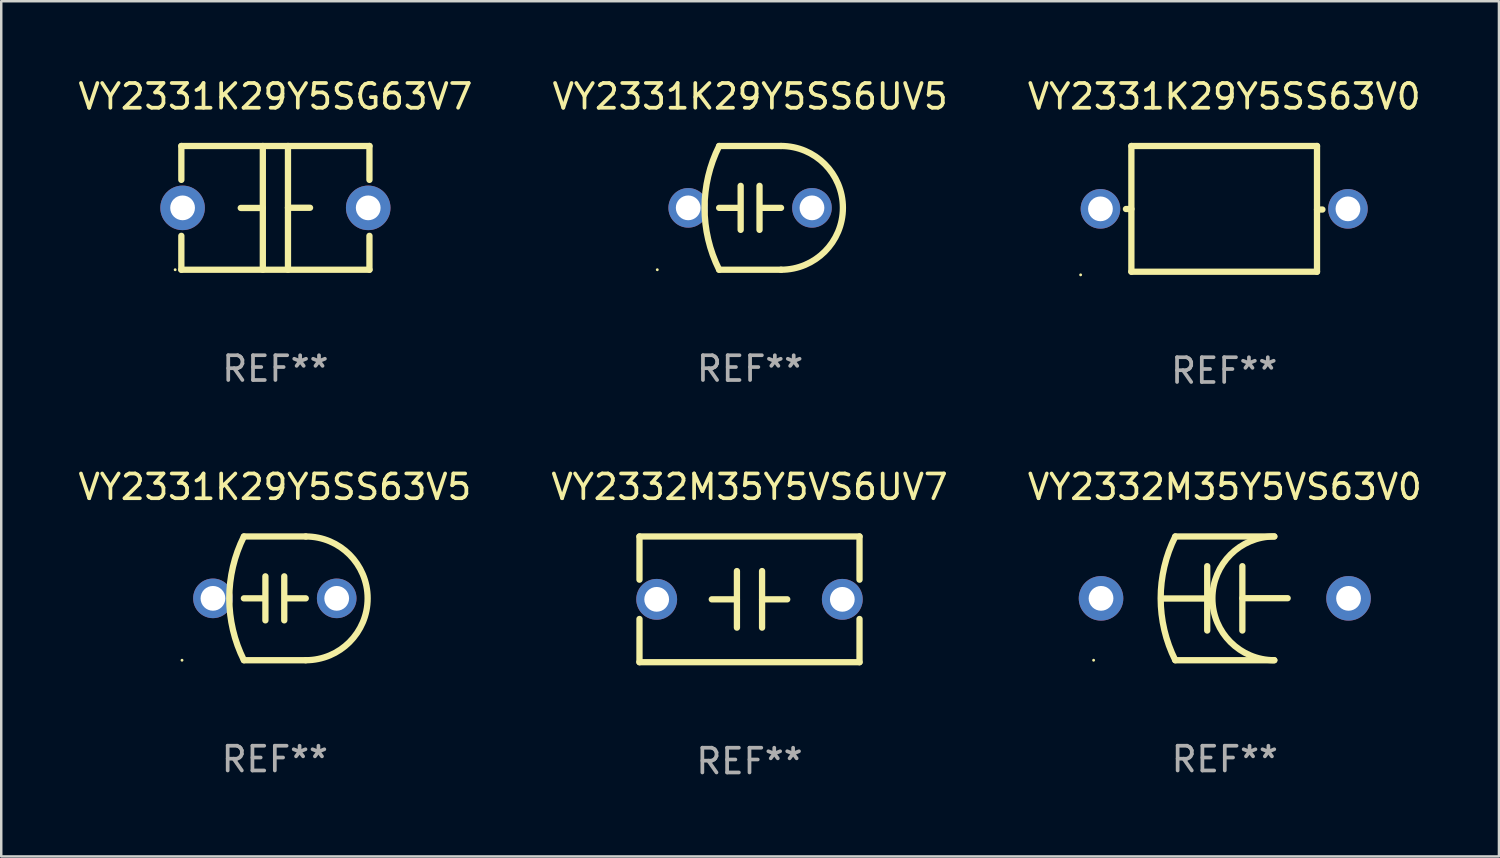
<source format=kicad_pcb>
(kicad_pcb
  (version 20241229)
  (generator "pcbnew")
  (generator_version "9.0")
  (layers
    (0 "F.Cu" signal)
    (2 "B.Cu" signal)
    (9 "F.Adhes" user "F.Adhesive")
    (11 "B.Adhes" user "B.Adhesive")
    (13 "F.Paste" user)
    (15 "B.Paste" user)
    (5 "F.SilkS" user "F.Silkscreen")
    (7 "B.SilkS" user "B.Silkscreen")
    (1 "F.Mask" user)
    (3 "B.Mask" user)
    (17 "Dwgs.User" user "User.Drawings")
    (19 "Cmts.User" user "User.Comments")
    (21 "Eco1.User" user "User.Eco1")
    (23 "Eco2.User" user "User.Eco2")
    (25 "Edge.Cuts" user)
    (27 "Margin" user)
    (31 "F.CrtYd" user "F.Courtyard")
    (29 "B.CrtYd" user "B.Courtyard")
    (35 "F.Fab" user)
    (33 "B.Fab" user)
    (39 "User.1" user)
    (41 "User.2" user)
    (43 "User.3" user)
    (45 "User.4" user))
  (footprint "VY2332M35Y5VS6UV7"
    (layer "F.Cu")
    (at 27.232 21.165)
    (property "Reference" "VY2332M35Y5VS6UV7" (at 0 -4.54 0) (layer "F.SilkS") (effects (font (size 1 1) (thickness 0.15))))
    (attr through_hole)
    (fp_line (start -4.445 -2.54) (end -4.445 -0.794) (stroke (width 0.254) (type solid)) (layer "F.SilkS"))
    (fp_line (start -4.445 0.794) (end -4.445 2.54) (stroke (width 0.254) (type solid)) (layer "F.SilkS"))
    (fp_line (start -4.445 2.54) (end 4.445 2.54) (stroke (width 0.254) (type solid)) (layer "F.SilkS"))
    (fp_line (start -0.508 0.000025) (end -1.524 0.000025) (stroke (width 0.254) (type solid)) (layer "F.SilkS"))
    (fp_line (start -0.508 1.143) (end -0.508 -1.143) (stroke (width 0.254) (type solid)) (layer "F.SilkS"))
    (fp_line (start 0.508 -1.143) (end 0.508 1.143) (stroke (width 0.254) (type solid)) (layer "F.SilkS"))
    (fp_line (start 0.508 -0.000025) (end 1.524 -0.000025) (stroke (width 0.254) (type solid)) (layer "F.SilkS"))
    (fp_line (start 4.445 -2.54) (end -4.445 -2.54) (stroke (width 0.254) (type solid)) (layer "F.SilkS"))
    (fp_line (start 4.445 -0.794) (end 4.445 -2.54) (stroke (width 0.254) (type solid)) (layer "F.SilkS"))
    (fp_line (start 4.445 2.54) (end 4.445 0.794) (stroke (width 0.254) (type solid)) (layer "F.SilkS"))
    (fp_circle (center -4.5 2.5) (end -4.47 2.5) (stroke (width 0.06) (type solid)) (fill no) (layer "F.SilkS"))
    (fp_text user "REF**" (at 0 6.54 0) (layer "F.Fab") (effects (font (size 1 1) (thickness 0.15))))
    (pad "1" thru_hole circle (at -3.75 0) (size 1.65 1.65) (drill 1) (layers "*.Cu" "*.Mask"))
    (pad "2" thru_hole circle (at 3.75 0) (size 1.65 1.65) (drill 1) (layers "*.Cu" "*.Mask")))
  (footprint "VY2331K29Y5SS63V0"
    (layer "F.Cu")
    (at 46.411 5.388)
    (property "Reference" "VY2331K29Y5SS63V0" (at 0 -4.54 0) (layer "F.SilkS") (effects (font (size 1 1) (thickness 0.15))))
    (attr through_hole)
    (fp_line (start -3.75 -2.54) (end 3.75 -2.54) (stroke (width 0.254) (type solid)) (layer "F.SilkS"))
    (fp_line (start -3.75 0.006) (end -3.969 0.006) (stroke (width 0.254) (type solid)) (layer "F.SilkS"))
    (fp_line (start -3.75 2.54) (end -3.75 -2.54) (stroke (width 0.254) (type solid)) (layer "F.SilkS"))
    (fp_line (start 3.75 -2.54) (end 3.75 2.54) (stroke (width 0.254) (type solid)) (layer "F.SilkS"))
    (fp_line (start 3.75 0.028) (end 3.969 0.028) (stroke (width 0.254) (type solid)) (layer "F.SilkS"))
    (fp_line (start 3.75 2.54) (end -3.75 2.54) (stroke (width 0.254) (type solid)) (layer "F.SilkS"))
    (fp_circle (center -5.8 2.667) (end -5.77 2.667) (stroke (width 0.06) (type solid)) (fill no) (layer "F.SilkS"))
    (fp_text user "REF**" (at 0 6.54 0) (layer "F.Fab") (effects (font (size 1 1) (thickness 0.15))))
    (pad "1" thru_hole circle (at -5 0) (size 1.6 1.6) (drill 1) (layers "*.Cu" "*.Mask"))
    (pad "2" thru_hole circle (at 5 0) (size 1.6 1.6) (drill 1) (layers "*.Cu" "*.Mask")))
  (footprint "VY2331K29Y5SG63V7"
    (layer "F.Cu")
    (at 8.077 5.348)
    (property "Reference" "VY2331K29Y5SG63V7" (at 0 -4.5 0) (layer "F.SilkS") (effects (font (size 1 1) (thickness 0.15))))
    (attr through_hole)
    (fp_line (start -3.8 -2.5) (end -3.8 -1.13) (stroke (width 0.254) (type solid)) (layer "F.SilkS"))
    (fp_line (start -3.8 -2.5) (end 3.8 -2.5) (stroke (width 0.254) (type solid)) (layer "F.SilkS"))
    (fp_line (start -3.8 1.13) (end -3.8 2.5) (stroke (width 0.254) (type solid)) (layer "F.SilkS"))
    (fp_line (start -3.8 2.5) (end 3.8 2.5) (stroke (width 0.254) (type solid)) (layer "F.SilkS"))
    (fp_line (start -0.508 0.004) (end -1.4 0.004) (stroke (width 0.254) (type solid)) (layer "F.SilkS"))
    (fp_line (start -0.508 2.5) (end -0.508 -2.5) (stroke (width 0.254) (type solid)) (layer "F.SilkS"))
    (fp_line (start 0.508 -2.5) (end 0.508 2.5) (stroke (width 0.254) (type solid)) (layer "F.SilkS"))
    (fp_line (start 0.508 -0.004) (end 1.4 -0.004) (stroke (width 0.254) (type solid)) (layer "F.SilkS"))
    (fp_line (start 3.8 -2.5) (end 3.8 -1.13) (stroke (width 0.254) (type solid)) (layer "F.SilkS"))
    (fp_line (start 3.8 1.13) (end 3.8 2.5) (stroke (width 0.254) (type solid)) (layer "F.SilkS"))
    (fp_circle (center -4.05 2.5) (end -4.02 2.5) (stroke (width 0.06) (type solid)) (fill no) (layer "F.SilkS"))
    (fp_text user "REF**" (at 0 6.5 0) (layer "F.Fab") (effects (font (size 1 1) (thickness 0.15))))
    (pad "1" thru_hole circle (at -3.75 0.000127) (size 1.8 1.8) (drill 1) (layers "*.Cu" "*.Mask"))
    (pad "2" thru_hole circle (at 3.75 0.000127) (size 1.8 1.8) (drill 1) (layers "*.Cu" "*.Mask")))
  (footprint "VY2332M35Y5VS63V0"
    (layer "F.Cu")
    (at 46.435 21.125)
    (property "Reference" "VY2332M35Y5VS63V0" (at 0 -4.5 0) (layer "F.SilkS") (effects (font (size 1 1) (thickness 0.15))))
    (attr through_hole)
    (fp_line (start -2 -2.5) (end 2 -2.5) (stroke (width 0.254) (type solid)) (layer "F.SilkS"))
    (fp_line (start -0.71 -1.3) (end -0.71 1.3) (stroke (width 0.254) (type solid)) (layer "F.SilkS"))
    (fp_line (start -0.71 0.006) (end -2.54 0.006) (stroke (width 0.254) (type solid)) (layer "F.SilkS"))
    (fp_line (start 0.71 -0.006) (end 2.54 -0.006) (stroke (width 0.254) (type solid)) (layer "F.SilkS"))
    (fp_line (start 0.71 1.3) (end 0.71 -1.3) (stroke (width 0.254) (type solid)) (layer "F.SilkS"))
    (fp_line (start 2 2.5) (end -2 2.5) (stroke (width 0.254) (type solid)) (layer "F.SilkS"))
    (fp_arc (start -2 2.500178) (mid -2.590216 0.000098) (end -2.000076 -2.5) (stroke (width 0.254001) (type solid)) (layer "F.SilkS"))
    (fp_arc (start 1.999924 2.5) (mid -0.500025 -0.000838) (end 2.000508 -2.501092) (stroke (width 0.254001) (type solid)) (layer "F.SilkS"))
    (fp_circle (center -5.3 2.5) (end -5.27 2.5) (stroke (width 0.06) (type solid)) (fill no) (layer "F.SilkS"))
    (fp_text user "REF**" (at 0 6.5 0) (layer "F.Fab") (effects (font (size 1 1) (thickness 0.15))))
    (pad "1" thru_hole circle (at -5 0.000051) (size 1.8 1.8) (drill 1) (layers "*.Cu" "*.Mask"))
    (pad "2" thru_hole circle (at 5 0.000051) (size 1.8 1.8) (drill 1) (layers "*.Cu" "*.Mask")))
  (footprint "VY2331K29Y5SS63V5"
    (layer "F.Cu")
    (at 8.054 21.125)
    (property "Reference" "VY2331K29Y5SS63V5" (at 0 -4.5 0) (layer "F.SilkS") (effects (font (size 1 1) (thickness 0.15))))
    (attr through_hole)
    (fp_line (start -1.25 0) (end -0.508 0) (stroke (width 0.254) (type solid)) (layer "F.SilkS"))
    (fp_line (start -1.25 -2.5) (end 1.25 -2.5) (stroke (width 0.254) (type solid)) (layer "F.SilkS"))
    (fp_line (start -1.25 2.5) (end 1.25 2.5) (stroke (width 0.254) (type solid)) (layer "F.SilkS"))
    (fp_line (start -0.381 -0.889) (end -0.381 0.889) (stroke (width 0.254) (type solid)) (layer "F.SilkS"))
    (fp_line (start 0.381 -0.889) (end 0.381 0.889) (stroke (width 0.254) (type solid)) (layer "F.SilkS"))
    (fp_line (start 1.25 0) (end 0.508 0) (stroke (width 0.254) (type solid)) (layer "F.SilkS"))
    (fp_arc (start -1.249607 2.5) (mid -1.839785 0.000003) (end -1.249632 -2.5) (stroke (width 0.254001) (type solid)) (layer "F.SilkS"))
    (fp_arc (start 1.249605 -2.5) (mid 3.749606 -0.000014) (end 1.249632 2.5) (stroke (width 0.254001) (type solid)) (layer "F.SilkS"))
    (fp_circle (center -3.75 2.5) (end -3.72 2.5) (stroke (width 0.06) (type solid)) (fill no) (layer "F.SilkS"))
    (fp_text user "REF**" (at 0 6.5 0) (layer "F.Fab") (effects (font (size 1 1) (thickness 0.15))))
    (pad "1" thru_hole circle (at -2.5 0) (size 1.6 1.6) (drill 1) (layers "*.Cu" "*.Mask"))
    (pad "2" thru_hole circle (at 2.5 0) (size 1.6 1.6) (drill 1) (layers "*.Cu" "*.Mask")))
  (footprint "VY2331K29Y5SS6UV5"
    (layer "F.Cu")
    (at 27.256 5.348)
    (property "Reference" "VY2331K29Y5SS6UV5" (at 0 -4.5 0) (layer "F.SilkS") (effects (font (size 1 1) (thickness 0.15))))
    (attr through_hole)
    (fp_line (start -1.25 0) (end -0.508 0) (stroke (width 0.254) (type solid)) (layer "F.SilkS"))
    (fp_line (start -1.25 -2.5) (end 1.25 -2.5) (stroke (width 0.254) (type solid)) (layer "F.SilkS"))
    (fp_line (start -1.25 2.5) (end 1.25 2.5) (stroke (width 0.254) (type solid)) (layer "F.SilkS"))
    (fp_line (start -0.381 -0.889) (end -0.381 0.889) (stroke (width 0.254) (type solid)) (layer "F.SilkS"))
    (fp_line (start 0.381 -0.889) (end 0.381 0.889) (stroke (width 0.254) (type solid)) (layer "F.SilkS"))
    (fp_line (start 1.25 0) (end 0.508 0) (stroke (width 0.254) (type solid)) (layer "F.SilkS"))
    (fp_arc (start -1.249607 2.5) (mid -1.839785 0.000003) (end -1.249632 -2.5) (stroke (width 0.254001) (type solid)) (layer "F.SilkS"))
    (fp_arc (start 1.249605 -2.5) (mid 3.749606 -0.000014) (end 1.249632 2.5) (stroke (width 0.254001) (type solid)) (layer "F.SilkS"))
    (fp_circle (center -3.75 2.5) (end -3.72 2.5) (stroke (width 0.06) (type solid)) (fill no) (layer "F.SilkS"))
    (fp_text user "REF**" (at 0 6.5 0) (layer "F.Fab") (effects (font (size 1 1) (thickness 0.15))))
    (pad "1" thru_hole circle (at -2.5 0) (size 1.6 1.6) (drill 1) (layers "*.Cu" "*.Mask"))
    (pad "2" thru_hole circle (at 2.5 0) (size 1.6 1.6) (drill 1) (layers "*.Cu" "*.Mask")))
  (gr_rect
    (start -3 -3)
    (end 57.512 31.553)
    (stroke (width 0.1) (type default))
    (fill no)
    (layer "Edge.Cuts")))
</source>
